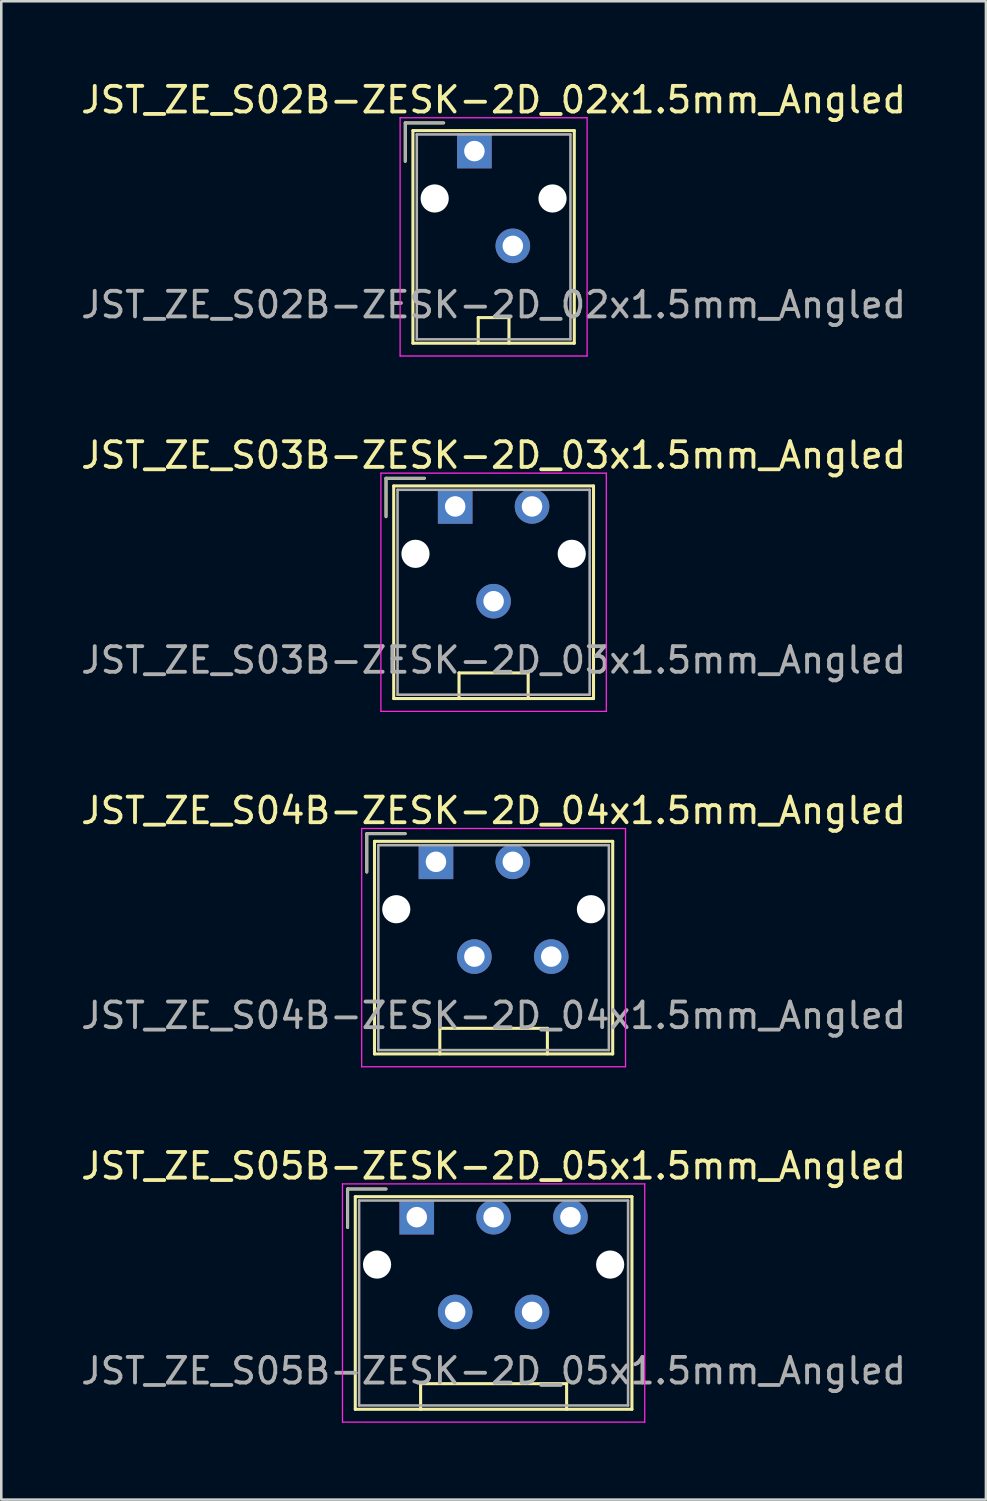
<source format=kicad_pcb>
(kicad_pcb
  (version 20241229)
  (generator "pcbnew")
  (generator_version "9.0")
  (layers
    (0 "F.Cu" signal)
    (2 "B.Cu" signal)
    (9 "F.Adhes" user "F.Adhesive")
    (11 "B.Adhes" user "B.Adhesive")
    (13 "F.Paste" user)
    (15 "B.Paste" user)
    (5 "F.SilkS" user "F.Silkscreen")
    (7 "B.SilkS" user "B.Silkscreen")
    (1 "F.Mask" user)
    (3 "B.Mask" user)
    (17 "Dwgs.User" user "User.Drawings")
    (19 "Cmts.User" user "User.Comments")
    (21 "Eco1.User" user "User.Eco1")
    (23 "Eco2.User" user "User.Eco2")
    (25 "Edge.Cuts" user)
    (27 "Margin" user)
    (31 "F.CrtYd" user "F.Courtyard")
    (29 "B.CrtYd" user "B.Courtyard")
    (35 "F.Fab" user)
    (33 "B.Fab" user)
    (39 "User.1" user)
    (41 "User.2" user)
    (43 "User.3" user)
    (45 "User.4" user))
  (footprint "JST_ZE_S03B-ZESK-2D_03x1.5mm_Angled"
    (layer "F.Cu")
    (at 14.72 16.721)
    (property "Reference" "JST_ZE_S03B-ZESK-2D_03x1.5mm_Angled" (at 1.5 -2 0) (layer "F.SilkS") (effects (font (size 1 1) (thickness 0.15))))
    (attr through_hole)
    (fp_line (start -2.7 -1.1) (end -1.2 -1.1) (stroke (width 0.12) (type solid)) (layer "F.SilkS"))
    (fp_line (start -2.7 0.4) (end -2.7 -1.1) (stroke (width 0.12) (type solid)) (layer "F.SilkS"))
    (fp_line (start -2.4 -0.8) (end -2.4 7.5) (stroke (width 0.12) (type solid)) (layer "F.SilkS"))
    (fp_line (start -2.4 7.5) (end 5.4 7.5) (stroke (width 0.12) (type solid)) (layer "F.SilkS"))
    (fp_line (start 0.15 6.5) (end 2.85 6.5) (stroke (width 0.12) (type solid)) (layer "F.SilkS"))
    (fp_line (start 0.15 7.5) (end 0.15 6.5) (stroke (width 0.12) (type solid)) (layer "F.SilkS"))
    (fp_line (start 2.85 6.5) (end 2.85 7.5) (stroke (width 0.12) (type solid)) (layer "F.SilkS"))
    (fp_line (start 5.4 -0.8) (end -2.4 -0.8) (stroke (width 0.12) (type solid)) (layer "F.SilkS"))
    (fp_line (start 5.4 7.5) (end 5.4 -0.8) (stroke (width 0.12) (type solid)) (layer "F.SilkS"))
    (fp_line (start -2.9 -1.3) (end -2.9 8) (stroke (width 0.05) (type solid)) (layer "F.CrtYd"))
    (fp_line (start -2.9 8) (end 5.9 8) (stroke (width 0.05) (type solid)) (layer "F.CrtYd"))
    (fp_line (start 5.9 -1.3) (end -2.9 -1.3) (stroke (width 0.05) (type solid)) (layer "F.CrtYd"))
    (fp_line (start 5.9 8) (end 5.9 -1.3) (stroke (width 0.05) (type solid)) (layer "F.CrtYd"))
    (fp_line (start -2.7 -1.1) (end -1.2 -1.1) (stroke (width 0.1) (type solid)) (layer "F.Fab"))
    (fp_line (start -2.7 0.4) (end -2.7 -1.1) (stroke (width 0.1) (type solid)) (layer "F.Fab"))
    (fp_line (start -2.25 -0.65) (end -2.25 7.35) (stroke (width 0.1) (type solid)) (layer "F.Fab"))
    (fp_line (start -2.25 7.35) (end 5.25 7.35) (stroke (width 0.1) (type solid)) (layer "F.Fab"))
    (fp_line (start 5.25 -0.65) (end -2.25 -0.65) (stroke (width 0.1) (type solid)) (layer "F.Fab"))
    (fp_line (start 5.25 7.35) (end 5.25 -0.65) (stroke (width 0.1) (type solid)) (layer "F.Fab"))
    (fp_text user "${REFERENCE}" (at 1.5 6 0) (layer "F.Fab") (effects (font (size 1 1) (thickness 0.15))))
    (pad "" np_thru_hole circle (at -1.55 1.85) (size 1.1 1.1) (drill 1.1) (layers "*.Cu"))
    (pad "" np_thru_hole circle (at 4.55 1.85) (size 1.1 1.1) (drill 1.1) (layers "*.Cu"))
    (pad "1" thru_hole rect (at 0 0) (size 1.35 1.35) (drill 0.8) (layers "*.Cu" "*.Mask"))
    (pad "2" thru_hole circle (at 1.5 3.7) (size 1.35 1.35) (drill 0.8) (layers "*.Cu" "*.Mask"))
    (pad "3" thru_hole circle (at 3 0) (size 1.35 1.35) (drill 0.8) (layers "*.Cu" "*.Mask")))
  (footprint "JST_ZE_S02B-ZESK-2D_02x1.5mm_Angled"
    (layer "F.Cu")
    (at 15.47 2.848)
    (property "Reference" "JST_ZE_S02B-ZESK-2D_02x1.5mm_Angled" (at 0.75 -2 0) (layer "F.SilkS") (effects (font (size 1 1) (thickness 0.15))))
    (attr through_hole)
    (fp_line (start -2.7 -1.1) (end -1.2 -1.1) (stroke (width 0.12) (type solid)) (layer "F.SilkS"))
    (fp_line (start -2.7 0.4) (end -2.7 -1.1) (stroke (width 0.12) (type solid)) (layer "F.SilkS"))
    (fp_line (start -2.4 -0.8) (end -2.4 7.5) (stroke (width 0.12) (type solid)) (layer "F.SilkS"))
    (fp_line (start -2.4 7.5) (end 3.9 7.5) (stroke (width 0.12) (type solid)) (layer "F.SilkS"))
    (fp_line (start 0.15 6.5) (end 1.35 6.5) (stroke (width 0.12) (type solid)) (layer "F.SilkS"))
    (fp_line (start 0.15 7.5) (end 0.15 6.5) (stroke (width 0.12) (type solid)) (layer "F.SilkS"))
    (fp_line (start 1.35 6.5) (end 1.35 7.5) (stroke (width 0.12) (type solid)) (layer "F.SilkS"))
    (fp_line (start 3.9 -0.8) (end -2.4 -0.8) (stroke (width 0.12) (type solid)) (layer "F.SilkS"))
    (fp_line (start 3.9 7.5) (end 3.9 -0.8) (stroke (width 0.12) (type solid)) (layer "F.SilkS"))
    (fp_line (start -2.9 -1.3) (end -2.9 8) (stroke (width 0.05) (type solid)) (layer "F.CrtYd"))
    (fp_line (start -2.9 8) (end 4.4 8) (stroke (width 0.05) (type solid)) (layer "F.CrtYd"))
    (fp_line (start 4.4 -1.3) (end -2.9 -1.3) (stroke (width 0.05) (type solid)) (layer "F.CrtYd"))
    (fp_line (start 4.4 8) (end 4.4 -1.3) (stroke (width 0.05) (type solid)) (layer "F.CrtYd"))
    (fp_line (start -2.7 -1.1) (end -1.2 -1.1) (stroke (width 0.1) (type solid)) (layer "F.Fab"))
    (fp_line (start -2.7 0.4) (end -2.7 -1.1) (stroke (width 0.1) (type solid)) (layer "F.Fab"))
    (fp_line (start -2.25 -0.65) (end -2.25 7.35) (stroke (width 0.1) (type solid)) (layer "F.Fab"))
    (fp_line (start -2.25 7.35) (end 3.75 7.35) (stroke (width 0.1) (type solid)) (layer "F.Fab"))
    (fp_line (start 3.75 -0.65) (end -2.25 -0.65) (stroke (width 0.1) (type solid)) (layer "F.Fab"))
    (fp_line (start 3.75 7.35) (end 3.75 -0.65) (stroke (width 0.1) (type solid)) (layer "F.Fab"))
    (fp_text user "${REFERENCE}" (at 0.75 6 0) (layer "F.Fab") (effects (font (size 1 1) (thickness 0.15))))
    (pad "" np_thru_hole circle (at -1.55 1.85) (size 1.1 1.1) (drill 1.1) (layers "*.Cu"))
    (pad "" np_thru_hole circle (at 3.05 1.85) (size 1.1 1.1) (drill 1.1) (layers "*.Cu"))
    (pad "1" thru_hole rect (at 0 0) (size 1.35 1.35) (drill 0.8) (layers "*.Cu" "*.Mask"))
    (pad "2" thru_hole circle (at 1.5 3.7) (size 1.35 1.35) (drill 0.8) (layers "*.Cu" "*.Mask")))
  (footprint "JST_ZE_S04B-ZESK-2D_04x1.5mm_Angled"
    (layer "F.Cu")
    (at 13.97 30.595)
    (property "Reference" "JST_ZE_S04B-ZESK-2D_04x1.5mm_Angled" (at 2.25 -2 0) (layer "F.SilkS") (effects (font (size 1 1) (thickness 0.15))))
    (attr through_hole)
    (fp_line (start -2.7 -1.1) (end -1.2 -1.1) (stroke (width 0.12) (type solid)) (layer "F.SilkS"))
    (fp_line (start -2.7 0.4) (end -2.7 -1.1) (stroke (width 0.12) (type solid)) (layer "F.SilkS"))
    (fp_line (start -2.4 -0.8) (end -2.4 7.5) (stroke (width 0.12) (type solid)) (layer "F.SilkS"))
    (fp_line (start -2.4 7.5) (end 6.9 7.5) (stroke (width 0.12) (type solid)) (layer "F.SilkS"))
    (fp_line (start 0.15 6.5) (end 4.35 6.5) (stroke (width 0.12) (type solid)) (layer "F.SilkS"))
    (fp_line (start 0.15 7.5) (end 0.15 6.5) (stroke (width 0.12) (type solid)) (layer "F.SilkS"))
    (fp_line (start 4.35 6.5) (end 4.35 7.5) (stroke (width 0.12) (type solid)) (layer "F.SilkS"))
    (fp_line (start 6.9 -0.8) (end -2.4 -0.8) (stroke (width 0.12) (type solid)) (layer "F.SilkS"))
    (fp_line (start 6.9 7.5) (end 6.9 -0.8) (stroke (width 0.12) (type solid)) (layer "F.SilkS"))
    (fp_line (start -2.9 -1.3) (end -2.9 8) (stroke (width 0.05) (type solid)) (layer "F.CrtYd"))
    (fp_line (start -2.9 8) (end 7.4 8) (stroke (width 0.05) (type solid)) (layer "F.CrtYd"))
    (fp_line (start 7.4 -1.3) (end -2.9 -1.3) (stroke (width 0.05) (type solid)) (layer "F.CrtYd"))
    (fp_line (start 7.4 8) (end 7.4 -1.3) (stroke (width 0.05) (type solid)) (layer "F.CrtYd"))
    (fp_line (start -2.7 -1.1) (end -1.2 -1.1) (stroke (width 0.1) (type solid)) (layer "F.Fab"))
    (fp_line (start -2.7 0.4) (end -2.7 -1.1) (stroke (width 0.1) (type solid)) (layer "F.Fab"))
    (fp_line (start -2.25 -0.65) (end -2.25 7.35) (stroke (width 0.1) (type solid)) (layer "F.Fab"))
    (fp_line (start -2.25 7.35) (end 6.75 7.35) (stroke (width 0.1) (type solid)) (layer "F.Fab"))
    (fp_line (start 6.75 -0.65) (end -2.25 -0.65) (stroke (width 0.1) (type solid)) (layer "F.Fab"))
    (fp_line (start 6.75 7.35) (end 6.75 -0.65) (stroke (width 0.1) (type solid)) (layer "F.Fab"))
    (fp_text user "${REFERENCE}" (at 2.25 6 0) (layer "F.Fab") (effects (font (size 1 1) (thickness 0.15))))
    (pad "" np_thru_hole circle (at -1.55 1.85) (size 1.1 1.1) (drill 1.1) (layers "*.Cu"))
    (pad "" np_thru_hole circle (at 6.05 1.85) (size 1.1 1.1) (drill 1.1) (layers "*.Cu"))
    (pad "1" thru_hole rect (at 0 0) (size 1.35 1.35) (drill 0.8) (layers "*.Cu" "*.Mask"))
    (pad "2" thru_hole circle (at 1.5 3.7) (size 1.35 1.35) (drill 0.8) (layers "*.Cu" "*.Mask"))
    (pad "3" thru_hole circle (at 3 0) (size 1.35 1.35) (drill 0.8) (layers "*.Cu" "*.Mask"))
    (pad "4" thru_hole circle (at 4.5 3.7) (size 1.35 1.35) (drill 0.8) (layers "*.Cu" "*.Mask")))
  (footprint "JST_ZE_S05B-ZESK-2D_05x1.5mm_Angled"
    (layer "F.Cu")
    (at 13.22 44.468)
    (property "Reference" "JST_ZE_S05B-ZESK-2D_05x1.5mm_Angled" (at 3 -2 0) (layer "F.SilkS") (effects (font (size 1 1) (thickness 0.15))))
    (attr through_hole)
    (fp_line (start -2.7 -1.1) (end -1.2 -1.1) (stroke (width 0.12) (type solid)) (layer "F.SilkS"))
    (fp_line (start -2.7 0.4) (end -2.7 -1.1) (stroke (width 0.12) (type solid)) (layer "F.SilkS"))
    (fp_line (start -2.4 -0.8) (end -2.4 7.5) (stroke (width 0.12) (type solid)) (layer "F.SilkS"))
    (fp_line (start -2.4 7.5) (end 8.4 7.5) (stroke (width 0.12) (type solid)) (layer "F.SilkS"))
    (fp_line (start 0.15 6.5) (end 5.85 6.5) (stroke (width 0.12) (type solid)) (layer "F.SilkS"))
    (fp_line (start 0.15 7.5) (end 0.15 6.5) (stroke (width 0.12) (type solid)) (layer "F.SilkS"))
    (fp_line (start 5.85 6.5) (end 5.85 7.5) (stroke (width 0.12) (type solid)) (layer "F.SilkS"))
    (fp_line (start 8.4 -0.8) (end -2.4 -0.8) (stroke (width 0.12) (type solid)) (layer "F.SilkS"))
    (fp_line (start 8.4 7.5) (end 8.4 -0.8) (stroke (width 0.12) (type solid)) (layer "F.SilkS"))
    (fp_line (start -2.9 -1.3) (end -2.9 8) (stroke (width 0.05) (type solid)) (layer "F.CrtYd"))
    (fp_line (start -2.9 8) (end 8.9 8) (stroke (width 0.05) (type solid)) (layer "F.CrtYd"))
    (fp_line (start 8.9 -1.3) (end -2.9 -1.3) (stroke (width 0.05) (type solid)) (layer "F.CrtYd"))
    (fp_line (start 8.9 8) (end 8.9 -1.3) (stroke (width 0.05) (type solid)) (layer "F.CrtYd"))
    (fp_line (start -2.7 -1.1) (end -1.2 -1.1) (stroke (width 0.1) (type solid)) (layer "F.Fab"))
    (fp_line (start -2.7 0.4) (end -2.7 -1.1) (stroke (width 0.1) (type solid)) (layer "F.Fab"))
    (fp_line (start -2.25 -0.65) (end -2.25 7.35) (stroke (width 0.1) (type solid)) (layer "F.Fab"))
    (fp_line (start -2.25 7.35) (end 8.25 7.35) (stroke (width 0.1) (type solid)) (layer "F.Fab"))
    (fp_line (start 8.25 -0.65) (end -2.25 -0.65) (stroke (width 0.1) (type solid)) (layer "F.Fab"))
    (fp_line (start 8.25 7.35) (end 8.25 -0.65) (stroke (width 0.1) (type solid)) (layer "F.Fab"))
    (fp_text user "${REFERENCE}" (at 3 6 0) (layer "F.Fab") (effects (font (size 1 1) (thickness 0.15))))
    (pad "" np_thru_hole circle (at -1.55 1.85) (size 1.1 1.1) (drill 1.1) (layers "*.Cu"))
    (pad "" np_thru_hole circle (at 7.55 1.85) (size 1.1 1.1) (drill 1.1) (layers "*.Cu"))
    (pad "1" thru_hole rect (at 0 0) (size 1.35 1.35) (drill 0.8) (layers "*.Cu" "*.Mask"))
    (pad "2" thru_hole circle (at 1.5 3.7) (size 1.35 1.35) (drill 0.8) (layers "*.Cu" "*.Mask"))
    (pad "3" thru_hole circle (at 3 0) (size 1.35 1.35) (drill 0.8) (layers "*.Cu" "*.Mask"))
    (pad "4" thru_hole circle (at 4.5 3.7) (size 1.35 1.35) (drill 0.8) (layers "*.Cu" "*.Mask"))
    (pad "5" thru_hole circle (at 6 0) (size 1.35 1.35) (drill 0.8) (layers "*.Cu" "*.Mask")))
  (gr_rect
    (start -3 -3)
    (end 35.44 55.493)
    (stroke (width 0.1) (type default))
    (fill no)
    (layer "Edge.Cuts")))
</source>
